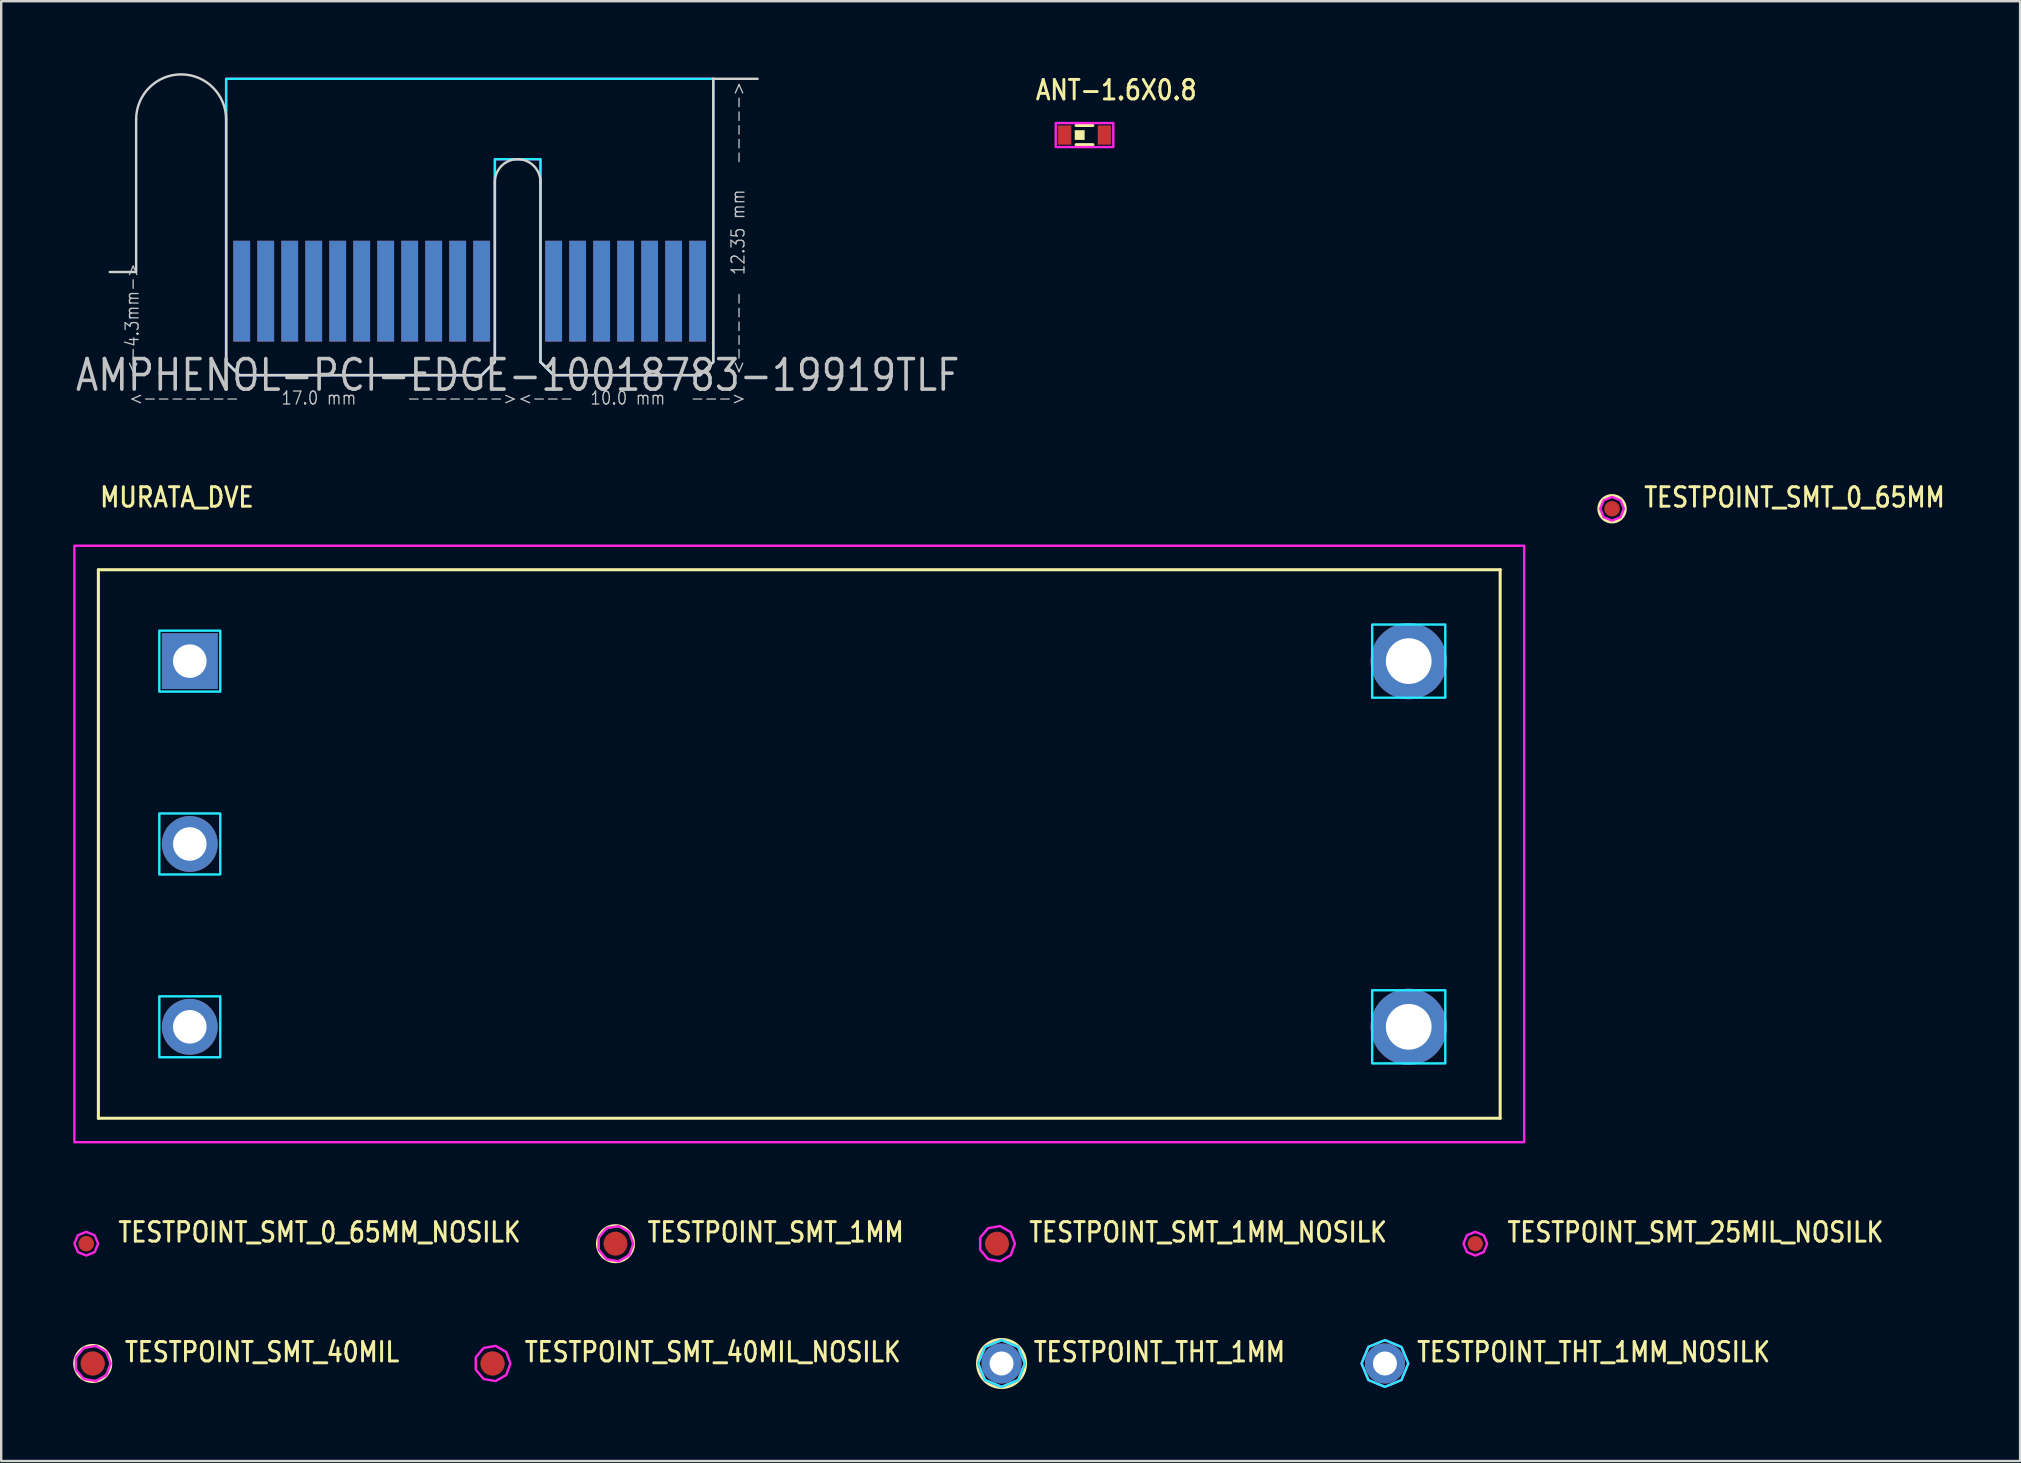
<source format=kicad_pcb>
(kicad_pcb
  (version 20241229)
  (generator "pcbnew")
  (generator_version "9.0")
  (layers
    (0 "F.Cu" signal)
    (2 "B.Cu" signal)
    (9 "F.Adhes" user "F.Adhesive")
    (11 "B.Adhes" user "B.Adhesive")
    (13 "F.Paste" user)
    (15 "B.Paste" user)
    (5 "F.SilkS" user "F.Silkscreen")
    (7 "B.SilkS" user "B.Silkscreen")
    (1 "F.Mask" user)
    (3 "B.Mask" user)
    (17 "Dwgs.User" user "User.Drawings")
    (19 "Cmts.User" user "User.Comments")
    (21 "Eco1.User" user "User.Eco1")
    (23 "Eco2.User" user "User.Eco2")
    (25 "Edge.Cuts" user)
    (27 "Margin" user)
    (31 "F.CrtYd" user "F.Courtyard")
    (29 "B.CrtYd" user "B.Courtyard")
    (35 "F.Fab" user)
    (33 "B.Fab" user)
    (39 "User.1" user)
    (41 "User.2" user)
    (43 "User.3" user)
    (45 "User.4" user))
  (footprint "TESTPOINT_SMT_1MM"
    (layer "F.Cu")
    (at 22.6 48.781)
    (property "Reference" "TESTPOINT_SMT_1MM" (at 1.27 0 0) (unlocked yes) (layer "F.SilkS") (effects (font (size 0.813 0.695) (thickness 0.122)) (justify left bottom)))
    (fp_circle (center 0 0) (end 0.75 0) (stroke (width 0.127) (type solid)) (fill no) (layer "F.SilkS"))
    (fp_poly (pts (xy 0.745 0) (xy 0.571 -0.479) (xy 0.129 -0.734) (xy -0.372 -0.645) (xy -0.7 -0.255) (xy -0.7 0.255) (xy -0.372 0.645) (xy 0.129 0.734) (xy 0.571 0.479)) (stroke (width 0.1) (type solid)) (fill no) (layer "F.CrtYd"))
    (pad "P$1" smd roundrect (at 0 0) (size 1 1) (layers "F.Cu" "F.Mask") (roundrect_rratio 0.5)))
  (footprint "TESTPOINT_THT_1MM"
    (layer "F.Cu")
    (at 38.69 53.774)
    (property "Reference" "TESTPOINT_THT_1MM" (at 1.27 0 0) (unlocked yes) (layer "F.SilkS") (effects (font (size 0.813 0.695) (thickness 0.122)) (justify left bottom)))
    (fp_circle (center 0 0) (end 1 0) (stroke (width 0.127) (type solid)) (fill no) (layer "F.SilkS"))
    (fp_poly (pts (xy 0.974 0) (xy 0.689 -0.689) (xy 0 -0.974) (xy -0.689 -0.689) (xy -0.974 0) (xy -0.689 0.689) (xy 0 0.974) (xy 0.689 0.689)) (stroke (width 0.1) (type solid)) (fill no) (layer "B.CrtYd"))
    (fp_poly (pts (xy 0.974 0) (xy 0.689 -0.689) (xy 0 -0.974) (xy -0.689 -0.689) (xy -0.974 0) (xy -0.689 0.689) (xy 0 0.974) (xy 0.689 0.689)) (stroke (width 0.1) (type solid)) (fill no) (layer "F.CrtYd"))
    (pad "P$1" thru_hole oval (at 0 0) (size 1.667 1.667) (drill 1) (layers "*.Cu" "*.Mask")))
  (footprint "TESTPOINT_SMT_0_65MM"
    (layer "F.Cu")
    (at 64.133 18.153)
    (property "Reference" "TESTPOINT_SMT_0_65MM" (at 1.27 0 0) (unlocked yes) (layer "F.SilkS") (effects (font (size 0.813 0.695) (thickness 0.122)) (justify left bottom)))
    (fp_circle (center 0 0) (end 0.55 0) (stroke (width 0.127) (type solid)) (fill no) (layer "F.SilkS"))
    (fp_poly (pts (xy 0.495 0) (xy 0.35 -0.35) (xy 0 -0.495) (xy -0.35 -0.35) (xy -0.495 0) (xy -0.35 0.35) (xy 0 0.495) (xy 0.35 0.35)) (stroke (width 0.1) (type solid)) (fill no) (layer "F.CrtYd"))
    (pad "P$1" smd roundrect (at 0 0) (size 0.65 0.65) (layers "F.Cu" "F.Mask") (roundrect_rratio 0.5)))
  (footprint "TESTPOINT_SMT_25MIL_NOSILK"
    (layer "F.Cu")
    (at 58.435 48.781)
    (property "Reference" "TESTPOINT_SMT_25MIL_NOSILK" (at 1.27 0 0) (unlocked yes) (layer "F.SilkS") (effects (font (size 0.813 0.695) (thickness 0.122)) (justify left bottom)))
    (fp_poly (pts (xy 0.495 0) (xy 0.35 -0.35) (xy 0 -0.495) (xy -0.35 -0.35) (xy -0.495 0) (xy -0.35 0.35) (xy 0 0.495) (xy 0.35 0.35)) (stroke (width 0.1) (type solid)) (fill no) (layer "F.CrtYd"))
    (pad "P$1" smd roundrect (at 0 0) (size 0.635 0.635) (layers "F.Cu" "F.Mask") (roundrect_rratio 0.5)))
  (footprint "ANT-1.6X0.8"
    (layer "F.Cu")
    (at 42.148 2.579)
    (property "Reference" "ANT-1.6X0.8" (at -2.1 -1.4 0) (unlocked yes) (layer "F.SilkS") (effects (font (size 0.813 0.695) (thickness 0.122)) (justify left bottom)))
    (fp_line (start -0.35 -0.4) (end 0.35 -0.4) (stroke (width 0.127) (type solid)) (layer "F.SilkS"))
    (fp_line (start -0.35 0.4) (end 0.35 0.4) (stroke (width 0.127) (type solid)) (layer "F.SilkS"))
    (fp_rect (start -0.4 0.2) (end 0 -0.2) (stroke (width 0.01) (type solid)) (fill yes) (layer "F.SilkS"))
    (fp_poly (pts (xy -1.2 -0.5) (xy 1.2 -0.5) (xy 1.2 0.5) (xy -1.2 0.5)) (stroke (width 0.1) (type solid)) (fill no) (layer "F.CrtYd"))
    (pad "FEED" smd rect (at -0.825 0) (size 0.55 0.8) (layers "F.Cu" "F.Mask" "F.Paste"))
    (pad "NC" smd rect (at 0.825 0) (size 0.55 0.8) (layers "F.Cu" "F.Mask" "F.Paste")))
  (footprint "TESTPOINT_SMT_1MM_NOSILK"
    (layer "F.Cu")
    (at 38.502 48.781)
    (property "Reference" "TESTPOINT_SMT_1MM_NOSILK" (at 1.27 0 0) (unlocked yes) (layer "F.SilkS") (effects (font (size 0.813 0.695) (thickness 0.122)) (justify left bottom)))
    (fp_poly (pts (xy 0.745 0) (xy 0.571 -0.479) (xy 0.129 -0.734) (xy -0.372 -0.645) (xy -0.7 -0.255) (xy -0.7 0.255) (xy -0.372 0.645) (xy 0.129 0.734) (xy 0.571 0.479)) (stroke (width 0.1) (type solid)) (fill no) (layer "F.CrtYd"))
    (pad "P$1" smd roundrect (at 0 0) (size 1 1) (layers "F.Cu" "F.Mask") (roundrect_rratio 0.5)))
  (footprint "TESTPOINT_SMT_40MIL_NOSILK"
    (layer "F.Cu")
    (at 17.477 53.774)
    (property "Reference" "TESTPOINT_SMT_40MIL_NOSILK" (at 1.27 0 0) (unlocked yes) (layer "F.SilkS") (effects (font (size 0.813 0.695) (thickness 0.122)) (justify left bottom)))
    (fp_poly (pts (xy 0.745 0) (xy 0.571 -0.479) (xy 0.129 -0.734) (xy -0.372 -0.645) (xy -0.7 -0.255) (xy -0.7 0.255) (xy -0.372 0.645) (xy 0.129 0.734) (xy 0.571 0.479)) (stroke (width 0.1) (type solid)) (fill no) (layer "F.CrtYd"))
    (pad "P$1" smd roundrect (at 0 0) (size 1.016 1.016) (layers "F.Cu" "F.Mask") (roundrect_rratio 0.5)))
  (footprint "TESTPOINT_THT_1MM_NOSILK"
    (layer "F.Cu")
    (at 54.668 53.774)
    (property "Reference" "TESTPOINT_THT_1MM_NOSILK" (at 1.27 0 0) (unlocked yes) (layer "F.SilkS") (effects (font (size 0.813 0.695) (thickness 0.122)) (justify left bottom)))
    (fp_poly (pts (xy 0.974 0) (xy 0.689 -0.689) (xy 0 -0.974) (xy -0.689 -0.689) (xy -0.974 0) (xy -0.689 0.689) (xy 0 0.974) (xy 0.689 0.689)) (stroke (width 0.1) (type solid)) (fill no) (layer "B.CrtYd"))
    (fp_poly (pts (xy 0.974 0) (xy 0.689 -0.689) (xy 0 -0.974) (xy -0.689 -0.689) (xy -0.974 0) (xy -0.689 0.689) (xy 0 0.974) (xy 0.689 0.689)) (stroke (width 0.1) (type solid)) (fill no) (layer "F.CrtYd"))
    (pad "P$1" thru_hole oval (at 0 0) (size 1.667 1.667) (drill 1) (layers "*.Cu" "*.Mask")))
  (footprint "MURATA_DVE"
    (layer "F.Cu")
    (at 30.26 32.123)
    (property "Reference" "MURATA_DVE" (at -29.21 -13.97 0) (unlocked yes) (layer "F.SilkS") (effects (font (size 0.813 0.695) (thickness 0.122)) (justify left bottom)))
    (fp_line (start -29.21 -11.43) (end 29.21 -11.43) (stroke (width 0.127) (type solid)) (layer "F.SilkS"))
    (fp_line (start -29.21 11.43) (end -29.21 -11.43) (stroke (width 0.127) (type solid)) (layer "F.SilkS"))
    (fp_line (start 29.21 -11.43) (end 29.21 11.43) (stroke (width 0.127) (type solid)) (layer "F.SilkS"))
    (fp_line (start 29.21 11.43) (end -29.21 11.43) (stroke (width 0.127) (type solid)) (layer "F.SilkS"))
    (fp_poly (pts (xy -26.67 -8.89) (xy -24.13 -8.89) (xy -24.13 -6.35) (xy -26.67 -6.35)) (stroke (width 0.1) (type solid)) (fill no) (layer "B.CrtYd"))
    (fp_poly (pts (xy -26.67 -1.27) (xy -24.13 -1.27) (xy -24.13 1.27) (xy -26.67 1.27)) (stroke (width 0.1) (type solid)) (fill no) (layer "B.CrtYd"))
    (fp_poly (pts (xy -26.67 6.35) (xy -24.13 6.35) (xy -24.13 8.89) (xy -26.67 8.89)) (stroke (width 0.1) (type solid)) (fill no) (layer "B.CrtYd"))
    (fp_poly (pts (xy 23.876 -9.144) (xy 26.924 -9.144) (xy 26.924 -6.096) (xy 23.876 -6.096)) (stroke (width 0.1) (type solid)) (fill no) (layer "B.CrtYd"))
    (fp_poly (pts (xy 23.876 6.096) (xy 26.924 6.096) (xy 26.924 9.144) (xy 23.876 9.144)) (stroke (width 0.1) (type solid)) (fill no) (layer "B.CrtYd"))
    (fp_poly (pts (xy -30.21 -12.43) (xy 30.21 -12.43) (xy 30.21 12.43) (xy -30.21 12.43)) (stroke (width 0.1) (type solid)) (fill no) (layer "F.CrtYd"))
    (pad "P$1" thru_hole rect (at -25.4 -7.62) (size 2.328 2.328) (drill 1.397) (layers "*.Cu" "*.Mask"))
    (pad "P$2" thru_hole oval (at -25.4 0) (size 2.328 2.328) (drill 1.397) (layers "*.Cu" "*.Mask"))
    (pad "P$4" thru_hole oval (at -25.4 7.62) (size 2.328 2.328) (drill 1.397) (layers "*.Cu" "*.Mask"))
    (pad "P$5" thru_hole oval (at 25.4 7.62) (size 3.175 3.175) (drill 1.905) (layers "*.Cu" "*.Mask"))
    (pad "P$16" thru_hole oval (at 25.4 -7.62) (size 3.175 3.175) (drill 1.905) (layers "*.Cu" "*.Mask")))
  (footprint "AMPHENOL-PCI-EDGE-10018783-19919TLF"
    (layer "F.Cu")
    (at 18.524 12.585)
    (property "Reference" "AMPHENOL-PCI-EDGE-10018783-19919TLF" (at 0 0 0) (layer "Dwgs.User") (effects (font (size 1.27 1.086) (thickness 0.15))))
    (fp_poly (pts (xy -12.5 -8) (xy -12.5 0.35) (xy 8.5 0.35) (xy 8.5 -8)) (stroke (width 0) (type solid)) (fill yes) (layer "F.Mask"))
    (fp_poly (pts (xy -12.5 -8) (xy -12.5 0.35) (xy 8.5 0.35) (xy 8.5 -8)) (stroke (width 0) (type solid)) (fill yes) (layer "B.Mask"))
    (fp_line (start -15.9 -10.66) (end -15.9 -4.3) (stroke (width 0.1) (type solid)) (layer "Edge.Cuts"))
    (fp_line (start -15.9 -4.3) (end -17 -4.3) (stroke (width 0.1) (type solid)) (layer "Edge.Cuts"))
    (fp_line (start -12.15 -0.55) (end -12.15 -10.66) (stroke (width 0.1) (type solid)) (layer "Edge.Cuts"))
    (fp_line (start -11.6 0) (end -12.15 -0.55) (stroke (width 0.1) (type solid)) (layer "Edge.Cuts"))
    (fp_line (start -1.5 0) (end -11.6 0) (stroke (width 0.1) (type solid)) (layer "Edge.Cuts"))
    (fp_line (start -0.95 -0.55) (end -1.5 0) (stroke (width 0.1) (type solid)) (layer "Edge.Cuts"))
    (fp_line (start -0.95 -0.55) (end -0.95 -8.05) (stroke (width 0.1) (type solid)) (layer "Edge.Cuts"))
    (fp_line (start 0.95 -0.55) (end 0.95 -8.05) (stroke (width 0.1) (type solid)) (layer "Edge.Cuts"))
    (fp_line (start 0.95 -0.55) (end 1.5 0) (stroke (width 0.1) (type solid)) (layer "Edge.Cuts"))
    (fp_line (start 1.5 0) (end 7.6 0) (stroke (width 0.1) (type solid)) (layer "Edge.Cuts"))
    (fp_line (start 7.6 0) (end 8.15 -0.55) (stroke (width 0.1) (type solid)) (layer "Edge.Cuts"))
    (fp_line (start 8.15 -12.35) (end 10 -12.35) (stroke (width 0.1) (type solid)) (layer "Edge.Cuts"))
    (fp_line (start 8.15 -0.55) (end 8.15 -12.35) (stroke (width 0.1) (type solid)) (layer "Edge.Cuts"))
    (fp_arc (start -15.9 -10.66) (mid -14.025 -12.535) (end -12.15 -10.66) (stroke (width 0.1) (type solid)) (layer "Edge.Cuts"))
    (fp_arc (start -0.95 -8.05) (mid 0 -9) (end 0.95 -8.05) (stroke (width 0.1) (type solid)) (layer "Edge.Cuts"))
    (fp_poly (pts (xy 0.95 -0.55) (xy 1.5 0) (xy 7.6 0) (xy 8.15 -0.55) (xy 8.15 -12.35) (xy -12.15 -12.35) (xy -12.15 -0.55) (xy -11.6 0) (xy -1.5 0) (xy -0.95 -0.55) (xy -0.95 -9) (xy 0.95 -9)) (stroke (width 0.1) (type solid)) (fill no) (layer "B.CrtYd"))
    (fp_poly (pts (xy 0.95 -0.55) (xy 1.5 0) (xy 7.6 0) (xy 8.15 -0.55) (xy 8.15 -12.35) (xy -12.15 -12.35) (xy -12.15 -0.55) (xy -11.6 0) (xy -1.5 0) (xy -0.95 -0.55) (xy -0.95 -9) (xy 0.95 -9)) (stroke (width 0.1) (type solid)) (fill no) (layer "F.CrtYd"))
    (fp_text user "<-4.3mm->" (at -15.75 0 90) (unlocked yes) (layer "Dwgs.User") (effects (font (size 0.54 0.462) (thickness 0.054)) (justify left bottom)))
    (fp_text user "<-------     17.0 mm      ------->" (at 0 1.27 0) (unlocked yes) (layer "Dwgs.User") (effects (font (size 0.54 0.462) (thickness 0.054)) (justify right bottom)))
    (fp_text user "<-----  12.35 mm   ----->" (at 9.5 0 90) (unlocked yes) (layer "Dwgs.User") (effects (font (size 0.54 0.462) (thickness 0.054)) (justify left bottom)))
    (fp_text user "<---  10.0 mm   --->" (at 0 1.27 0) (unlocked yes) (layer "Dwgs.User") (effects (font (size 0.54 0.462) (thickness 0.054)) (justify left bottom)))
    (pad "A$1" smd rect (at -11.5 -3.5) (size 0.7 4.2) (layers "F.Cu"))
    (pad "A$2" smd rect (at -10.5 -3.5) (size 0.7 4.2) (layers "F.Cu"))
    (pad "A$3" smd rect (at -9.5 -3.5) (size 0.7 4.2) (layers "F.Cu"))
    (pad "A$4" smd rect (at -8.5 -3.5) (size 0.7 4.2) (layers "F.Cu"))
    (pad "A$5" smd rect (at -7.5 -3.5) (size 0.7 4.2) (layers "F.Cu"))
    (pad "A$6" smd rect (at -6.5 -3.5) (size 0.7 4.2) (layers "F.Cu"))
    (pad "A$7" smd rect (at -5.5 -3.5) (size 0.7 4.2) (layers "F.Cu"))
    (pad "A$8" smd rect (at -4.5 -3.5) (size 0.7 4.2) (layers "F.Cu"))
    (pad "A$9" smd rect (at -3.5 -3.5) (size 0.7 4.2) (layers "F.Cu"))
    (pad "A$10" smd rect (at -2.5 -3.5) (size 0.7 4.2) (layers "F.Cu"))
    (pad "A$11" smd rect (at -1.5 -3.5) (size 0.7 4.2) (layers "F.Cu"))
    (pad "A$12" smd rect (at 1.5 -3.5) (size 0.7 4.2) (layers "F.Cu"))
    (pad "A$13" smd rect (at 2.5 -3.5) (size 0.7 4.2) (layers "F.Cu"))
    (pad "A$14" smd rect (at 3.5 -3.5) (size 0.7 4.2) (layers "F.Cu"))
    (pad "A$15" smd rect (at 4.5 -3.5) (size 0.7 4.2) (layers "F.Cu"))
    (pad "A$16" smd rect (at 5.5 -3.5) (size 0.7 4.2) (layers "F.Cu"))
    (pad "A$17" smd rect (at 6.5 -3.5) (size 0.7 4.2) (layers "F.Cu"))
    (pad "A$18" smd rect (at 7.5 -3.5) (size 0.7 4.2) (layers "F.Cu"))
    (pad "B$1" smd rect (at -11.5 -3.5 180) (size 0.7 4.2) (layers "B.Cu"))
    (pad "B$2" smd rect (at -10.5 -3.5 180) (size 0.7 4.2) (layers "B.Cu"))
    (pad "B$3" smd rect (at -9.5 -3.5 180) (size 0.7 4.2) (layers "B.Cu"))
    (pad "B$4" smd rect (at -8.5 -3.5 180) (size 0.7 4.2) (layers "B.Cu"))
    (pad "B$5" smd rect (at -7.5 -3.5 180) (size 0.7 4.2) (layers "B.Cu"))
    (pad "B$6" smd rect (at -6.5 -3.5 180) (size 0.7 4.2) (layers "B.Cu"))
    (pad "B$7" smd rect (at -5.5 -3.5 180) (size 0.7 4.2) (layers "B.Cu"))
    (pad "B$8" smd rect (at -4.5 -3.5 180) (size 0.7 4.2) (layers "B.Cu"))
    (pad "B$9" smd rect (at -3.5 -3.5 180) (size 0.7 4.2) (layers "B.Cu"))
    (pad "B$10" smd rect (at -2.5 -3.5 180) (size 0.7 4.2) (layers "B.Cu"))
    (pad "B$11" smd rect (at -1.5 -3.5 180) (size 0.7 4.2) (layers "B.Cu"))
    (pad "B$12" smd rect (at 1.5 -3.5 180) (size 0.7 4.2) (layers "B.Cu"))
    (pad "B$13" smd rect (at 2.5 -3.5 180) (size 0.7 4.2) (layers "B.Cu"))
    (pad "B$14" smd rect (at 3.5 -3.5 180) (size 0.7 4.2) (layers "B.Cu"))
    (pad "B$15" smd rect (at 4.5 -3.5 180) (size 0.7 4.2) (layers "B.Cu"))
    (pad "B$16" smd rect (at 5.5 -3.5 180) (size 0.7 4.2) (layers "B.Cu"))
    (pad "B$17" smd rect (at 6.5 -3.5 180) (size 0.7 4.2) (layers "B.Cu"))
    (pad "B$18" smd rect (at 7.5 -3.5 180) (size 0.7 4.2) (layers "B.Cu")))
  (footprint "TESTPOINT_SMT_0_65MM_NOSILK"
    (layer "F.Cu")
    (at 0.545 48.781)
    (property "Reference" "TESTPOINT_SMT_0_65MM_NOSILK" (at 1.27 0 0) (unlocked yes) (layer "F.SilkS") (effects (font (size 0.813 0.695) (thickness 0.122)) (justify left bottom)))
    (fp_poly (pts (xy 0.495 0) (xy 0.35 -0.35) (xy 0 -0.495) (xy -0.35 -0.35) (xy -0.495 0) (xy -0.35 0.35) (xy 0 0.495) (xy 0.35 0.35)) (stroke (width 0.1) (type solid)) (fill no) (layer "F.CrtYd"))
    (pad "P$1" smd roundrect (at 0 0) (size 0.65 0.65) (layers "F.Cu" "F.Mask") (roundrect_rratio 0.5)))
  (footprint "TESTPOINT_SMT_40MIL"
    (layer "F.Cu")
    (at 0.814 53.774)
    (property "Reference" "TESTPOINT_SMT_40MIL" (at 1.27 0 0) (unlocked yes) (layer "F.SilkS") (effects (font (size 0.813 0.695) (thickness 0.122)) (justify left bottom)))
    (fp_circle (center 0 0) (end 0.75 0) (stroke (width 0.127) (type solid)) (fill no) (layer "F.SilkS"))
    (fp_poly (pts (xy 0.745 0) (xy 0.571 -0.479) (xy 0.129 -0.734) (xy -0.372 -0.645) (xy -0.7 -0.255) (xy -0.7 0.255) (xy -0.372 0.645) (xy 0.129 0.734) (xy 0.571 0.479)) (stroke (width 0.1) (type solid)) (fill no) (layer "F.CrtYd"))
    (pad "P$1" smd roundrect (at 0 0) (size 1.016 1.016) (layers "F.Cu" "F.Mask") (roundrect_rratio 0.5)))
  (gr_rect
    (start -3 -3)
    (end 81.139 57.837)
    (stroke (width 0.1) (type default))
    (fill no)
    (layer "Edge.Cuts")))
</source>
